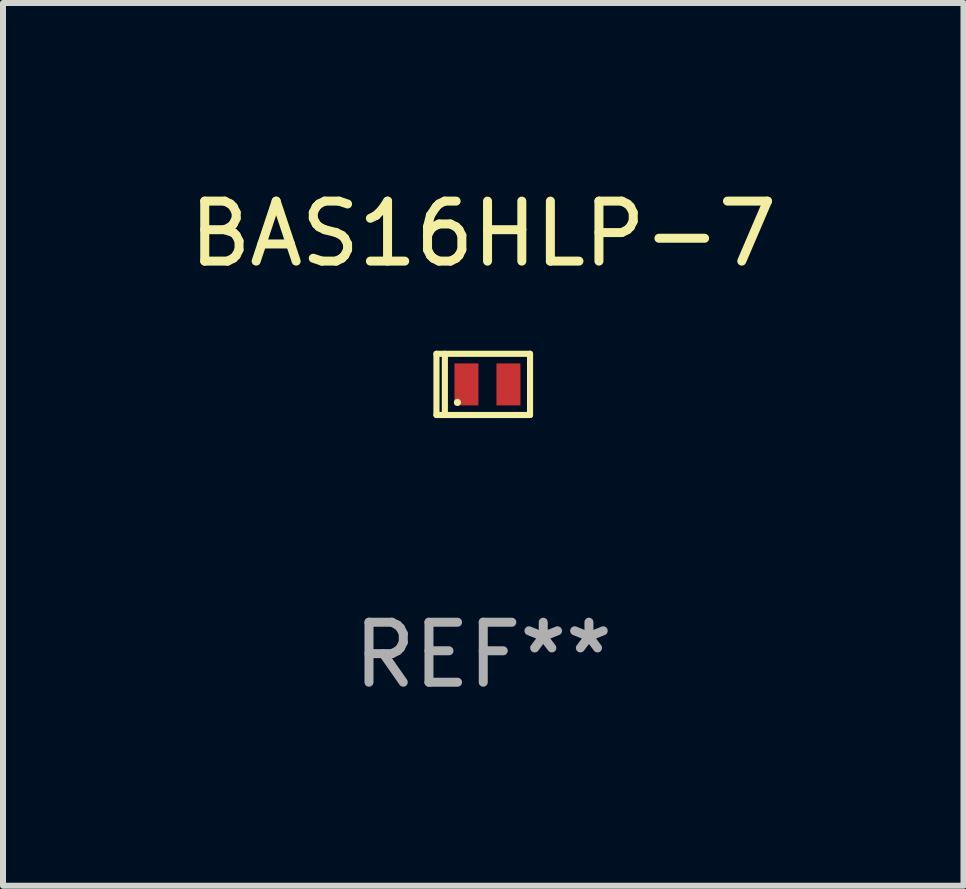
<source format=kicad_pcb>
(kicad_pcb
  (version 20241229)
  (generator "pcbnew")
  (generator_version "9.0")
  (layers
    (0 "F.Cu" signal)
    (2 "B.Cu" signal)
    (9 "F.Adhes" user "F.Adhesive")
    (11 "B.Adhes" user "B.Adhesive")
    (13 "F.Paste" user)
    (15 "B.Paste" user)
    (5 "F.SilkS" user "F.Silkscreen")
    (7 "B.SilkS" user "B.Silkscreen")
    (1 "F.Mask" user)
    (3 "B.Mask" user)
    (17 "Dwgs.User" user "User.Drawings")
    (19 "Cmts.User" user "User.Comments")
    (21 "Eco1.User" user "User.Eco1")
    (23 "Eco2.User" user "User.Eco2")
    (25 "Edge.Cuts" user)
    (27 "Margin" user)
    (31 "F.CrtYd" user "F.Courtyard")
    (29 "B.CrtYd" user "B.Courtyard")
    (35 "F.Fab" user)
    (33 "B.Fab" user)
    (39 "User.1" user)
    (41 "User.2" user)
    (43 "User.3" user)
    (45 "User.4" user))
  (footprint "BAS16HLP-7"
    (layer "F.Cu")
    (at 5.006 3.358)
    (property "Reference" "BAS16HLP-7" (at 0 -2.51 0) (layer "F.SilkS") (effects (font (size 1 1) (thickness 0.15))))
    (attr through_hole)
    (fp_line (start -0.78 -0.51) (end -0.78 0.51) (stroke (width 0.102) (type solid)) (layer "F.SilkS"))
    (fp_line (start -0.78 -0.51) (end 0.78 -0.51) (stroke (width 0.102) (type solid)) (layer "F.SilkS"))
    (fp_line (start -0.78 0.51) (end 0.78 0.51) (stroke (width 0.102) (type solid)) (layer "F.SilkS"))
    (fp_line (start -0.64 -0.51) (end -0.64 0.51) (stroke (width 0.102) (type solid)) (layer "F.SilkS"))
    (fp_line (start 0.78 -0.51) (end 0.78 0.51) (stroke (width 0.102) (type solid)) (layer "F.SilkS"))
    (fp_circle (center -0.43 0.3) (end -0.4 0.3) (stroke (width 0.06) (type solid)) (fill no) (layer "F.SilkS"))
    (fp_text user "REF**" (at 0 4.51 0) (layer "F.Fab") (effects (font (size 1 1) (thickness 0.15))))
    (pad "1" smd rect (at -0.28 0) (size 0.4 0.7) (layers "F.Cu" "F.Mask" "F.Paste"))
    (pad "2" smd rect (at 0.42 0) (size 0.4 0.7) (layers "F.Cu" "F.Mask" "F.Paste")))
  (gr_rect
    (start -3 -3)
    (end 13.012 11.716)
    (stroke (width 0.1) (type default))
    (fill no)
    (layer "Edge.Cuts")))
</source>
